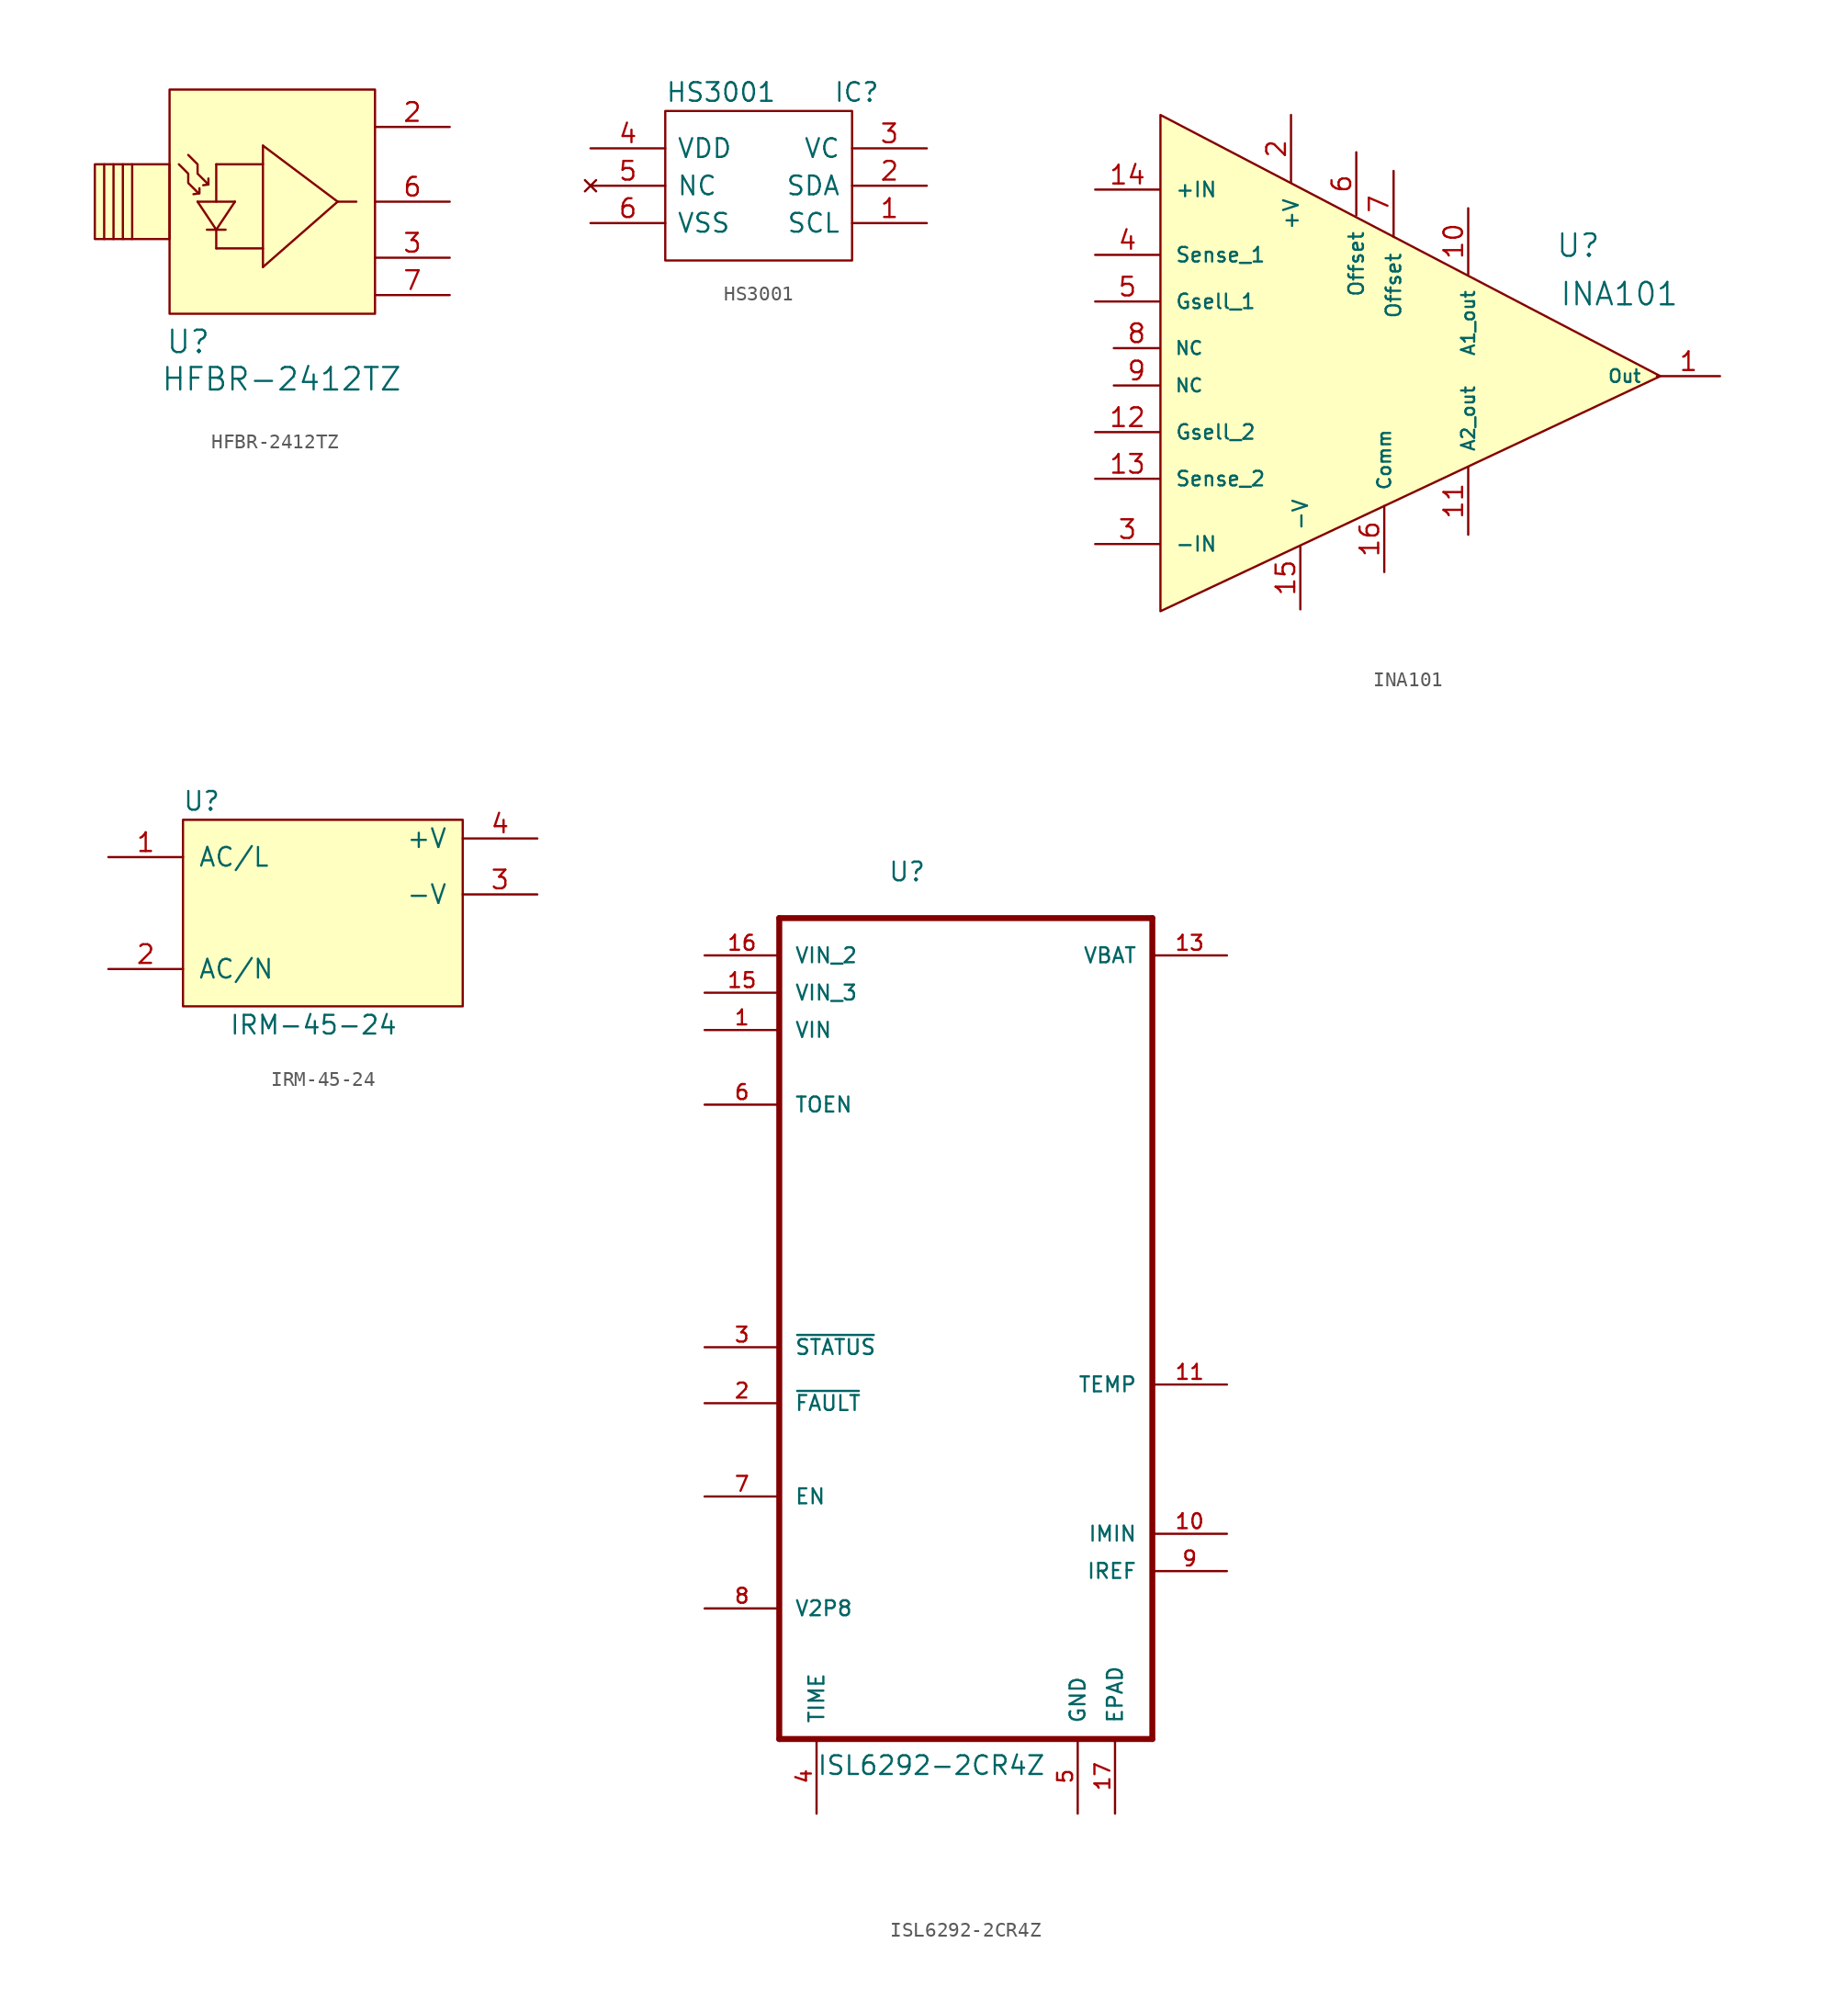
<source format=kicad_sym>
(kicad_symbol_lib
  (version 20220914)
  (generator kicad_symbol_editor)
  (symbol "HFBR-2412TZ"
    (pin_names
      (offset 1.016))
    (property "Reference" "U"
      (at -4.445 -9.525 0)
      (effects (font (size 1.524 1.524))))
    (property "Value" "HFBR-2412TZ"
      (at 1.905 -12.065 0)
      (effects (font (size 1.524 1.524))))
    (property "Footprint" ""
      (at 0 0 0)
      (effects (font (size 1.524 1.524))))
    (property "Datasheet" ""
      (at 0 0 0)
      (effects (font (size 1.524 1.524))))
    (symbol "HFBR-2412TZ_0_1"
      (rectangle (start -10.795 2.54) (end -5.715 -2.54) (stroke (width 0) (type solid)) (fill (type background)))
      (rectangle (start -5.715 7.62) (end 8.255 -7.62) (stroke (width 0) (type solid)) (fill (type background)))
      (polyline (pts (xy -10.16 2.54) (xy -10.16 -2.54)) (stroke (width 0) (type solid)) (fill (type none)))
      (polyline (pts (xy -9.525 2.54) (xy -9.525 -2.54)) (stroke (width 0) (type solid)) (fill (type none)))
      (polyline (pts (xy -8.89 2.54) (xy -8.89 -2.54)) (stroke (width 0) (type solid)) (fill (type none)))
      (polyline (pts (xy -8.255 2.54) (xy -8.255 -2.54)) (stroke (width 0) (type solid)) (fill (type none)))
      (polyline (pts (xy -3.81 0) (xy -2.54 -1.905)) (stroke (width 0) (type solid)) (fill (type none)))
      (polyline (pts (xy -3.81 0) (xy -1.27 0)) (stroke (width 0) (type solid)) (fill (type none)))
      (polyline (pts (xy -3.734 0.559) (xy -4.089 0.508)) (stroke (width 0) (type solid)) (fill (type none)))
      (polyline (pts (xy -3.683 0.914) (xy -3.683 0.559)) (stroke (width 0) (type solid)) (fill (type none)))
      (polyline (pts (xy -3.175 -1.905) (xy -1.905 -1.905)) (stroke (width 0) (type solid)) (fill (type none)))
      (polyline (pts (xy -3.073 1.168) (xy -3.429 1.118)) (stroke (width 0) (type solid)) (fill (type none)))
      (polyline (pts (xy -3.073 1.575) (xy -3.073 1.168)) (stroke (width 0) (type solid)) (fill (type none)))
      (polyline (pts (xy -2.54 -3.175) (xy 0.635 -3.175)) (stroke (width 0) (type solid)) (fill (type none)))
      (polyline (pts (xy -2.54 -1.905) (xy -2.54 -3.175)) (stroke (width 0) (type solid)) (fill (type none)))
      (polyline (pts (xy -2.54 2.54) (xy -2.54 0)) (stroke (width 0) (type solid)) (fill (type none)))
      (polyline (pts (xy -1.27 0) (xy -2.54 -1.905)) (stroke (width 0) (type solid)) (fill (type none)))
      (polyline (pts (xy 0.635 -4.445) (xy 5.715 0)) (stroke (width 0) (type solid)) (fill (type none)))
      (polyline (pts (xy 0.635 2.54) (xy -2.54 2.54)) (stroke (width 0) (type solid)) (fill (type none)))
      (polyline (pts (xy 0.635 3.81) (xy 0.635 -4.445)) (stroke (width 0) (type solid)) (fill (type none)))
      (polyline (pts (xy 0.635 3.81) (xy 5.715 0)) (stroke (width 0) (type solid)) (fill (type none)))
      (polyline (pts (xy 5.715 0) (xy 6.985 0)) (stroke (width 0) (type solid)) (fill (type none)))
      (polyline (pts (xy -5.08 2.54) (xy -4.445 1.905) (xy -4.445 1.27) (xy -3.81 0.635)) (stroke (width 0) (type solid)) (fill (type none)))
      (polyline (pts (xy -4.445 3.175) (xy -3.81 2.54) (xy -3.81 1.905) (xy -3.175 1.27)) (stroke (width 0) (type solid)) (fill (type none))))
    (symbol "HFBR-2412TZ_1_1"
      (pin input line (at 13.335 5.08 180) (length 5.08) (name "~" (effects (font (size 1.27 1.27)))) (number "2" (effects (font (size 1.27 1.27)))))
      (pin input line (at 13.335 -3.81 180) (length 5.08) (name "~" (effects (font (size 1.27 1.27)))) (number "3" (effects (font (size 1.27 1.27)))))
      (pin input line (at 13.335 0 180) (length 5.08) (name "~" (effects (font (size 1.27 1.27)))) (number "6" (effects (font (size 1.27 1.27)))))
      (pin input line (at 13.335 -6.35 180) (length 5.08) (name "~" (effects (font (size 1.27 1.27)))) (number "7" (effects (font (size 1.27 1.27)))))))
  (symbol "HS3001"
    (pin_names
      (offset 0.762))
    (property "Reference" "IC"
      (at 16.51 3.81 0)
      (effects (font (size 1.27 1.27)) (justify left)))
    (property "Value" "HS3001"
      (at 5.08 3.81 0)
      (effects (font (size 1.27 1.27)) (justify left)))
    (symbol "HS3001_0_0"
      (pin passive line (at 22.86 -5.08 180) (length 5.08) (name "SCL" (effects (font (size 1.27 1.27)))) (number "1" (effects (font (size 1.27 1.27)))))
      (pin passive line (at 22.86 -2.54 180) (length 5.08) (name "SDA" (effects (font (size 1.27 1.27)))) (number "2" (effects (font (size 1.27 1.27)))))
      (pin passive line (at 22.86 0 180) (length 5.08) (name "VC" (effects (font (size 1.27 1.27)))) (number "3" (effects (font (size 1.27 1.27)))))
      (pin passive line (at 0 0 0) (length 5.08) (name "VDD" (effects (font (size 1.27 1.27)))) (number "4" (effects (font (size 1.27 1.27)))))
      (pin no_connect line (at 0 -2.54 0) (length 5.08) (name "NC" (effects (font (size 1.27 1.27)))) (number "5" (effects (font (size 1.27 1.27)))))
      (pin passive line (at 0 -5.08 0) (length 5.08) (name "VSS" (effects (font (size 1.27 1.27)))) (number "6" (effects (font (size 1.27 1.27))))))
    (symbol "HS3001_0_1"
      (polyline (pts (xy 5.08 2.54) (xy 17.78 2.54) (xy 17.78 -7.62) (xy 5.08 -7.62) (xy 5.08 2.54)) (stroke (width 0.152) (type solid)) (fill (type none)))))
  (symbol "INA101"
    (pin_names
      (offset 1.016))
    (property "Reference" "U"
      (at 17.018 8.89 0)
      (effects (font (size 1.524 1.524))))
    (property "Value" "INA101"
      (at 19.812 5.588 0)
      (effects (font (size 1.524 1.524))))
    (property "Footprint" ""
      (at -6.35 0 0)
      (effects (font (size 1.524 1.524))))
    (property "Datasheet" ""
      (at -6.35 0 0)
      (effects (font (size 1.524 1.524))))
    (symbol "INA101_0_1"
      (polyline (pts (xy -11.43 17.78) (xy -11.43 -16.002) (xy 22.606 0) (xy -11.43 17.78)) (stroke (width 0) (type solid)) (fill (type background))))
    (symbol "INA101_1_1"
      (pin output line (at 26.67 0 180) (length 4.293) (name "Out" (effects (font (size 0.864 0.864)))) (number "1" (effects (font (size 1.27 1.27)))))
      (pin passive line (at 9.525 11.43 270) (length 4.496) (name "A1_out" (effects (font (size 0.889 0.889)))) (number "10" (effects (font (size 1.27 1.27)))))
      (pin passive line (at 9.525 -10.795 90) (length 4.597) (name "A2_out" (effects (font (size 0.889 0.889)))) (number "11" (effects (font (size 1.27 1.27)))))
      (pin passive line (at -15.875 -3.81 0) (length 4.394) (name "Gsell_2" (effects (font (size 0.991 0.991)))) (number "12" (effects (font (size 1.27 1.27)))))
      (pin passive line (at -15.875 -6.985 0) (length 4.394) (name "Sense_2" (effects (font (size 0.991 0.991)))) (number "13" (effects (font (size 1.27 1.27)))))
      (pin passive line (at -15.875 12.7 0) (length 4.394) (name "+IN" (effects (font (size 0.991 0.991)))) (number "14" (effects (font (size 1.27 1.27)))))
      (pin passive line (at -1.905 -15.875 90) (length 4.293) (name "-V" (effects (font (size 0.991 0.991)))) (number "15" (effects (font (size 1.27 1.27)))))
      (pin passive line (at 3.81 -13.335 90) (length 4.496) (name "Comm" (effects (font (size 0.889 0.889)))) (number "16" (effects (font (size 1.27 1.27)))))
      (pin power_in line (at -2.54 17.78 270) (length 4.597) (name "+V" (effects (font (size 0.991 0.991)))) (number "2" (effects (font (size 1.27 1.27)))))
      (pin passive line (at -15.875 -11.43 0) (length 4.394) (name "-IN" (effects (font (size 0.991 0.991)))) (number "3" (effects (font (size 1.27 1.27)))))
      (pin passive line (at -15.875 8.255 0) (length 4.394) (name "Sense_1" (effects (font (size 0.991 0.991)))) (number "4" (effects (font (size 1.27 1.27)))))
      (pin passive line (at -15.875 5.08 0) (length 4.394) (name "Gsell_1" (effects (font (size 0.991 0.991)))) (number "5" (effects (font (size 1.27 1.27)))))
      (pin passive line (at 1.905 15.24 270) (length 4.293) (name "Offset" (effects (font (size 0.991 0.991)))) (number "6" (effects (font (size 1.27 1.27)))))
      (pin passive line (at 4.445 13.97 270) (length 4.496) (name "Offset" (effects (font (size 0.991 0.991)))) (number "7" (effects (font (size 1.27 1.27)))))
      (pin passive line (at -14.605 1.905 0) (length 3.099) (name "NC" (effects (font (size 0.889 0.889)))) (number "8" (effects (font (size 1.27 1.27)))))
      (pin passive line (at -14.605 -0.635 0) (length 3.099) (name "NC" (effects (font (size 0.889 0.889)))) (number "9" (effects (font (size 1.27 1.27)))))))
  (symbol "IRM-45-24"
    (pin_names
      (offset 1.016))
    (property "Reference" "U"
      (at -6.35 7.62 0)
      (effects (font (size 1.27 1.27))))
    (property "Value" "IRM-45-24"
      (at 1.27 -7.62 0)
      (effects (font (size 1.27 1.27))))
    (symbol "IRM-45-24_0_1"
      (rectangle (start -7.62 6.35) (end 11.43 -6.35) (stroke (width 0) (type solid)) (fill (type background))))
    (symbol "IRM-45-24_1_1"
      (pin power_in line (at -12.7 3.81 0) (length 5.08) (name "AC/L" (effects (font (size 1.27 1.27)))) (number "1" (effects (font (size 1.27 1.27)))))
      (pin power_in line (at -12.7 -3.81 0) (length 5.08) (name "AC/N" (effects (font (size 1.27 1.27)))) (number "2" (effects (font (size 1.27 1.27)))))
      (pin passive line (at 16.51 1.27 180) (length 5.08) (name "-V" (effects (font (size 1.27 1.27)))) (number "3" (effects (font (size 1.27 1.27)))))
      (pin power_out line (at 16.51 5.08 180) (length 5.08) (name "+V" (effects (font (size 1.27 1.27)))) (number "4" (effects (font (size 1.27 1.27)))))))
  (symbol "ISL6292-2CR4Z"
    (pin_names
      (offset 1.016))
    (property "Reference" "U"
      (at -5.309 27.813 0)
      (effects (font (size 1.27 1.27)) (justify left bottom)))
    (property "Value" "ISL6292-2CR4Z"
      (at -10.16 -33.02 0)
      (effects (font (size 1.27 1.27)) (justify left bottom)))
    (symbol "ISL6292-2CR4Z_0_0"
      (polyline (pts (xy -12.7 -30.48) (xy 12.7 -30.48)) (stroke (width 0.406) (type solid)) (fill (type none)))
      (polyline (pts (xy -12.7 25.4) (xy -12.7 -30.48)) (stroke (width 0.406) (type solid)) (fill (type none)))
      (polyline (pts (xy 12.7 -30.48) (xy 12.7 25.4)) (stroke (width 0.406) (type solid)) (fill (type none)))
      (polyline (pts (xy 12.7 25.4) (xy -12.7 25.4)) (stroke (width 0.406) (type solid)) (fill (type none)))
      (pin input line (at -17.78 17.78 0) (length 5.08) (name "VIN" (effects (font (size 1.016 1.016)))) (number "1" (effects (font (size 1.016 1.016)))))
      (pin input line (at 17.78 -16.51 180) (length 5.08) (name "IMIN" (effects (font (size 1.016 1.016)))) (number "10" (effects (font (size 1.016 1.016)))))
      (pin input line (at 17.78 -6.35 180) (length 5.08) (name "TEMP" (effects (font (size 1.016 1.016)))) (number "11" (effects (font (size 1.016 1.016)))))
      (pin passive line (at 17.78 22.86 180) (length 5.08) hide (name "VBAT_3" (effects (font (size 1.016 1.016)))) (number "12" (effects (font (size 1.016 1.016)))))
      (pin power_out line (at 17.78 22.86 180) (length 5.08) (name "VBAT" (effects (font (size 1.016 1.016)))) (number "13" (effects (font (size 1.016 1.016)))))
      (pin passive line (at 17.78 22.86 180) (length 5.08) hide (name "VBAT_2" (effects (font (size 1.016 1.016)))) (number "14" (effects (font (size 1.016 1.016)))))
      (pin input line (at -17.78 20.32 0) (length 5.08) (name "VIN_3" (effects (font (size 1.016 1.016)))) (number "15" (effects (font (size 1.016 1.016)))))
      (pin input line (at -17.78 22.86 0) (length 5.08) (name "VIN_2" (effects (font (size 1.016 1.016)))) (number "16" (effects (font (size 1.016 1.016)))))
      (pin passive line (at 10.16 -35.56 90) (length 5.08) (name "EPAD" (effects (font (size 1.016 1.016)))) (number "17" (effects (font (size 1.016 1.016)))))
      (pin input line (at -17.78 -7.62 0) (length 5.08) (name "~{FAULT}" (effects (font (size 1.016 1.016)))) (number "2" (effects (font (size 1.016 1.016)))))
      (pin output line (at -17.78 -3.81 0) (length 5.08) (name "~{STATUS}" (effects (font (size 1.016 1.016)))) (number "3" (effects (font (size 1.016 1.016)))))
      (pin input line (at -10.16 -35.56 90) (length 5.08) (name "TIME" (effects (font (size 1.016 1.016)))) (number "4" (effects (font (size 1.016 1.016)))))
      (pin passive line (at 7.62 -35.56 90) (length 5.08) (name "GND" (effects (font (size 1.016 1.016)))) (number "5" (effects (font (size 1.016 1.016)))))
      (pin input line (at -17.78 12.7 0) (length 5.08) (name "TOEN" (effects (font (size 1.016 1.016)))) (number "6" (effects (font (size 1.016 1.016)))))
      (pin input line (at -17.78 -13.97 0) (length 5.08) (name "EN" (effects (font (size 1.016 1.016)))) (number "7" (effects (font (size 1.016 1.016)))))
      (pin output line (at -17.78 -21.59 0) (length 5.08) (name "V2P8" (effects (font (size 1.016 1.016)))) (number "8" (effects (font (size 1.016 1.016)))))
      (pin input line (at 17.78 -19.05 180) (length 5.08) (name "IREF" (effects (font (size 1.016 1.016)))) (number "9" (effects (font (size 1.016 1.016))))))))
</source>
